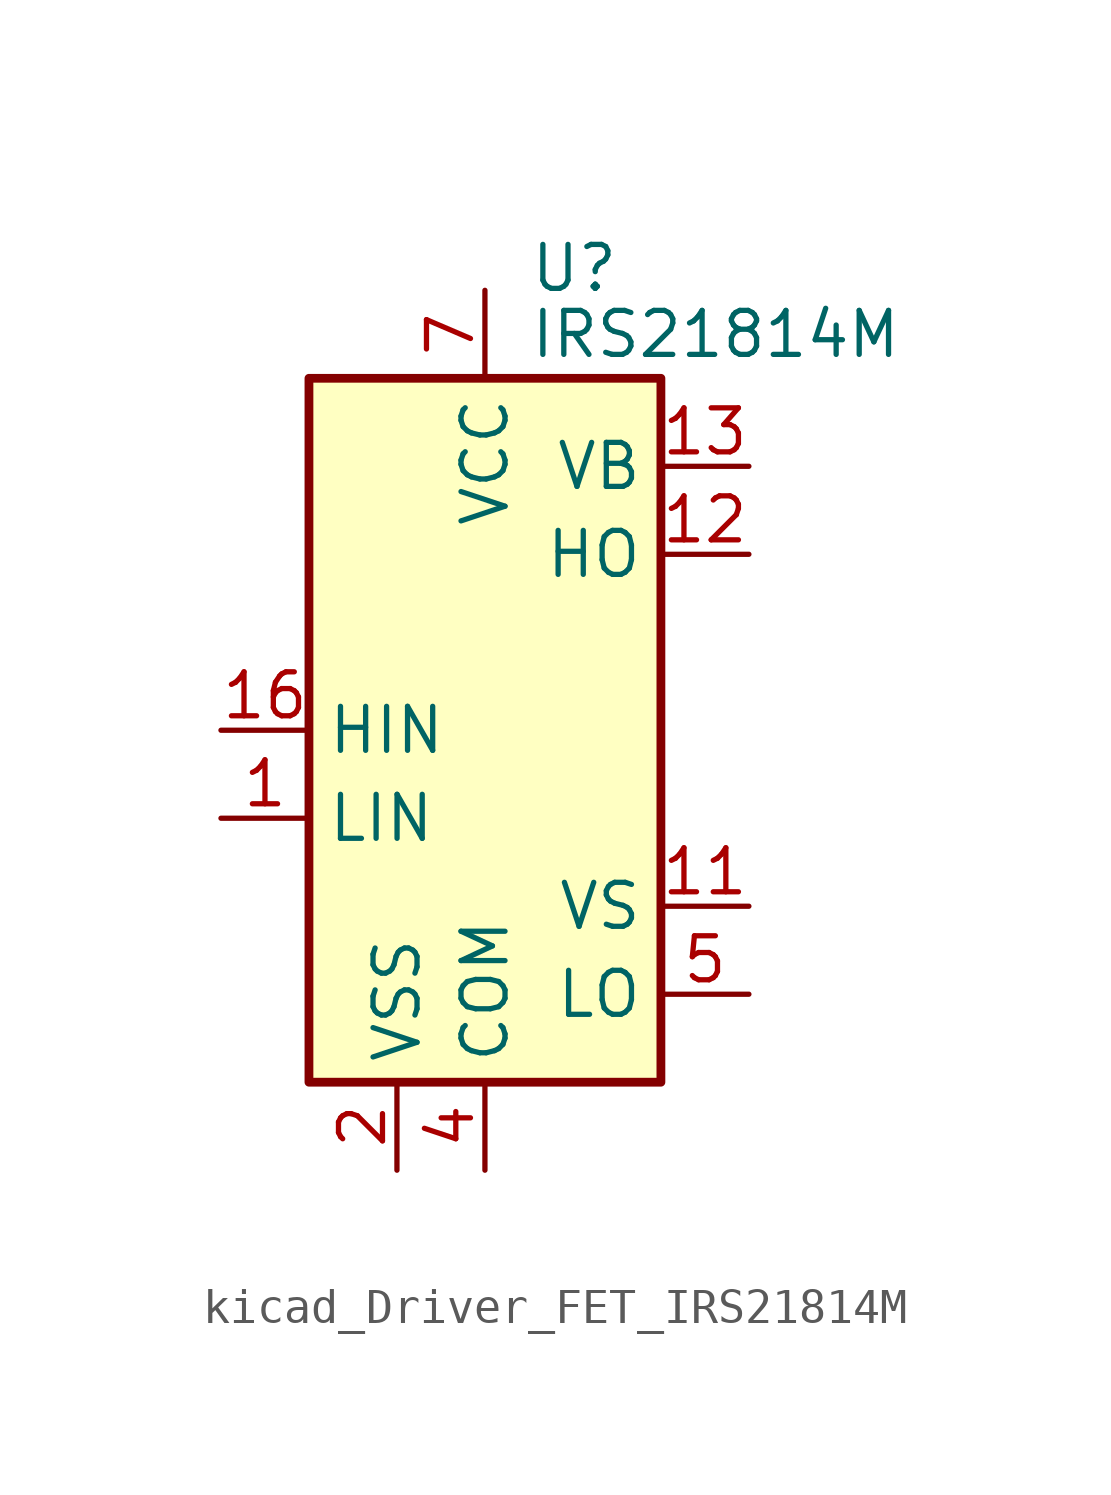
<source format=kicad_sym>
(kicad_symbol_lib
  (version 20220914)
  (generator kicad_symbol_editor)
  (symbol "kicad_Driver_FET_IRS21814M"
    (property "Reference" "U"
      (at 1.27 13.335 0)
      (effects (font (size 1.27 1.27)) (justify left)))
    (property "Value" "IRS21814M"
      (at 1.27 11.43 0)
      (effects (font (size 1.27 1.27)) (justify left)))
    (symbol "kicad_Driver_FET_IRS21814M_0_1"
      (rectangle (start -5.08 -10.16) (end 5.08 10.16) (stroke (width 0.254) (type default)) (fill (type background))))
    (symbol "kicad_Driver_FET_IRS21814M_1_1"
      (pin input line (at -7.62 -2.54 0) (length 2.54) (name "LIN" (effects (font (size 1.27 1.27)))) (number "1" (effects (font (size 1.27 1.27)))))
      (pin passive line (at 7.62 -5.08 180) (length 2.54) (name "VS" (effects (font (size 1.27 1.27)))) (number "11" (effects (font (size 1.27 1.27)))))
      (pin output line (at 7.62 5.08 180) (length 2.54) (name "HO" (effects (font (size 1.27 1.27)))) (number "12" (effects (font (size 1.27 1.27)))))
      (pin passive line (at 7.62 7.62 180) (length 2.54) (name "VB" (effects (font (size 1.27 1.27)))) (number "13" (effects (font (size 1.27 1.27)))))
      (pin no_connect line (at 5.08 0 180) (length 2.54) hide (name "NC" (effects (font (size 1.27 1.27)))) (number "14" (effects (font (size 1.27 1.27)))))
      (pin input line (at -7.62 0 0) (length 2.54) (name "HIN" (effects (font (size 1.27 1.27)))) (number "16" (effects (font (size 1.27 1.27)))))
      (pin passive line (at 0 -12.7 90) (length 2.54) hide (name "COM" (effects (font (size 1.27 1.27)))) (number "17" (effects (font (size 1.27 1.27)))))
      (pin power_in line (at -2.54 -12.7 90) (length 2.54) (name "VSS" (effects (font (size 1.27 1.27)))) (number "2" (effects (font (size 1.27 1.27)))))
      (pin no_connect line (at -5.08 7.62 0) (length 2.54) hide (name "NC" (effects (font (size 1.27 1.27)))) (number "3" (effects (font (size 1.27 1.27)))))
      (pin power_in line (at 0 -12.7 90) (length 2.54) (name "COM" (effects (font (size 1.27 1.27)))) (number "4" (effects (font (size 1.27 1.27)))))
      (pin output line (at 7.62 -7.62 180) (length 2.54) (name "LO" (effects (font (size 1.27 1.27)))) (number "5" (effects (font (size 1.27 1.27)))))
      (pin no_connect line (at -5.08 5.08 0) (length 2.54) hide (name "NC" (effects (font (size 1.27 1.27)))) (number "6" (effects (font (size 1.27 1.27)))))
      (pin power_in line (at 0 12.7 270) (length 2.54) (name "VCC" (effects (font (size 1.27 1.27)))) (number "7" (effects (font (size 1.27 1.27)))))
      (pin no_connect line (at -5.08 2.54 0) (length 2.54) hide (name "NC" (effects (font (size 1.27 1.27)))) (number "8" (effects (font (size 1.27 1.27)))))
      (pin no_connect line (at 5.08 2.54 180) (length 2.54) hide (name "NC" (effects (font (size 1.27 1.27)))) (number "9" (effects (font (size 1.27 1.27))))))))
</source>
